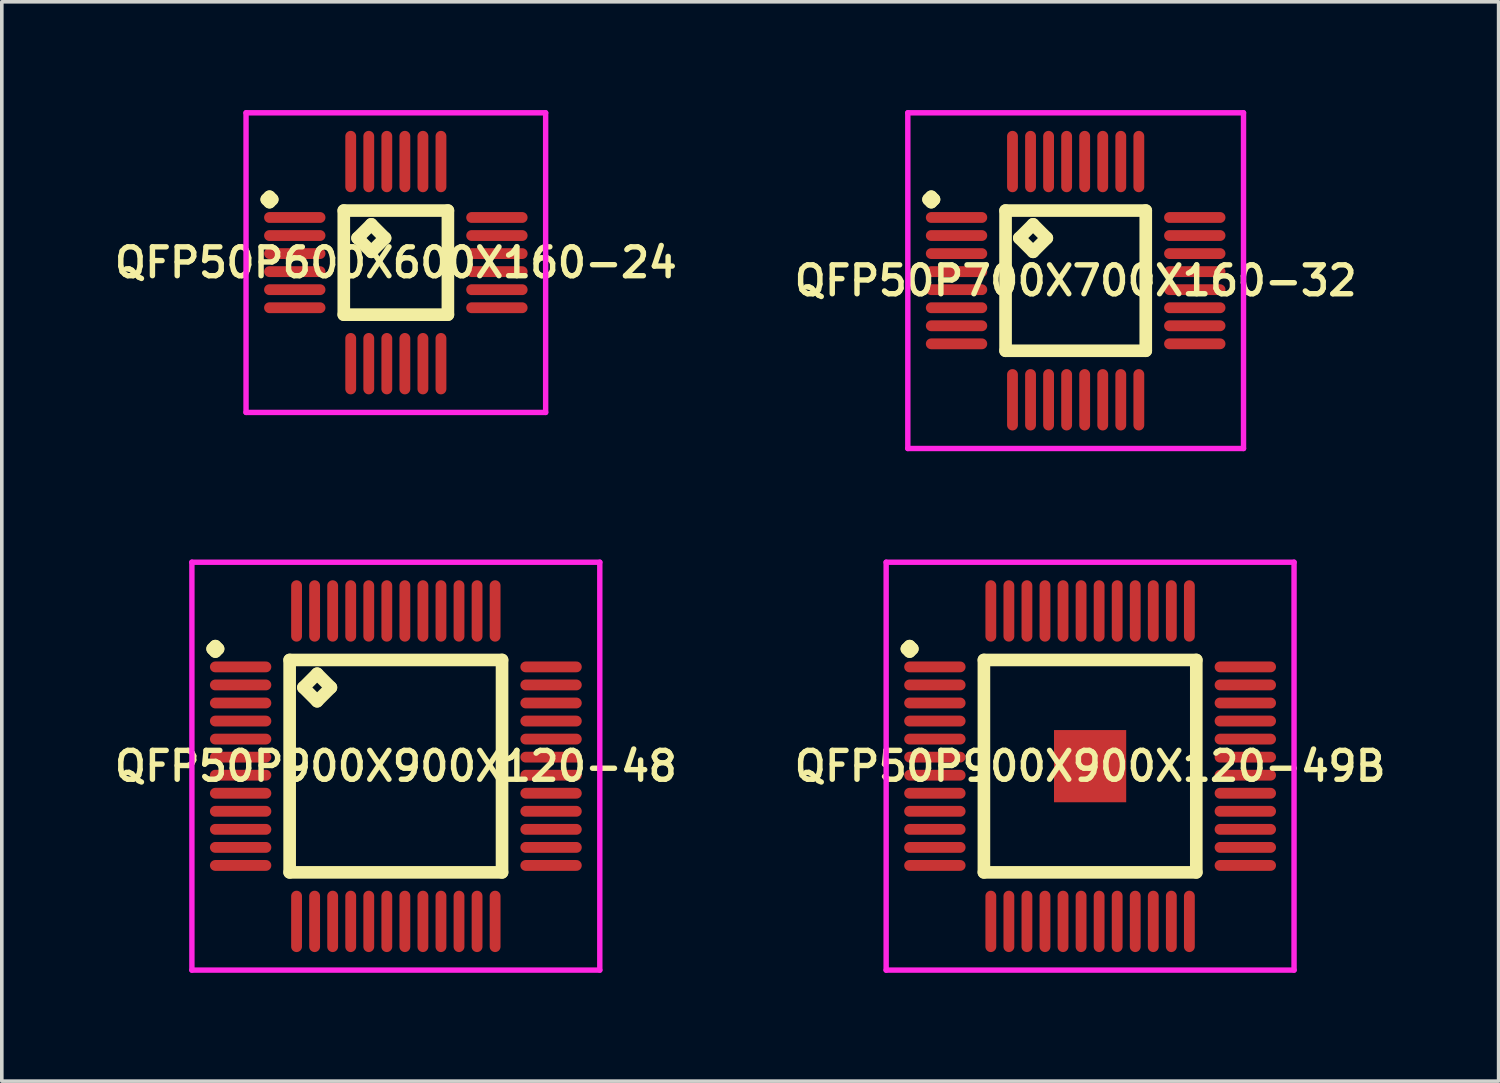
<source format=kicad_pcb>
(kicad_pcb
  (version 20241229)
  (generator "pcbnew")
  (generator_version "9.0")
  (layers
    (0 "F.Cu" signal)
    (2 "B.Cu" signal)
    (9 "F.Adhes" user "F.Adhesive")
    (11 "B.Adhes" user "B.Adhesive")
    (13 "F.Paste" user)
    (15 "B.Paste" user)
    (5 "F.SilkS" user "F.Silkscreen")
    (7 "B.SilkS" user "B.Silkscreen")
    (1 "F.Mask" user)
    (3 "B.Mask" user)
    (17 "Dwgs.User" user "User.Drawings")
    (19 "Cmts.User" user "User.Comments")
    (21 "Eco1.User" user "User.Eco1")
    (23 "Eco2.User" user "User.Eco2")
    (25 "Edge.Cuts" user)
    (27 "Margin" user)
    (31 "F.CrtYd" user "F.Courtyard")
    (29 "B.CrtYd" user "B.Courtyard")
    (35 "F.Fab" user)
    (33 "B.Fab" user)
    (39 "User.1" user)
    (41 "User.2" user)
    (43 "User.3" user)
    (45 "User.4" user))
  (footprint "QFP50P600X600X160-24"
    (layer "F.Cu")
    (at 7.916 4.225)
    (property "Reference" "QFP50P600X600X160-24" (at 0 0 0) (layer "F.SilkS") (effects (font (size 0.8 0.8) (thickness 0.15))))
    (attr smd)
    (fp_line (start -3.575 -1.75) (end -3.5 -1.825) (stroke (width 0.35) (type solid)) (layer "F.SilkS"))
    (fp_line (start -3.5 -1.825) (end -3.425 -1.75) (stroke (width 0.35) (type solid)) (layer "F.SilkS"))
    (fp_line (start -3.5 -1.675) (end -3.575 -1.75) (stroke (width 0.35) (type solid)) (layer "F.SilkS"))
    (fp_line (start -3.425 -1.75) (end -3.5 -1.675) (stroke (width 0.35) (type solid)) (layer "F.SilkS"))
    (fp_line (start -1.442 -1.442) (end -1.442 1.442) (stroke (width 0.35) (type solid)) (layer "F.SilkS"))
    (fp_line (start -1.442 1.442) (end 1.442 1.442) (stroke (width 0.35) (type solid)) (layer "F.SilkS"))
    (fp_line (start -1.061 -0.68) (end -0.68 -1.061) (stroke (width 0.35) (type solid)) (layer "F.SilkS"))
    (fp_line (start -0.68 -1.061) (end -0.299 -0.68) (stroke (width 0.35) (type solid)) (layer "F.SilkS"))
    (fp_line (start -0.68 -0.299) (end -1.061 -0.68) (stroke (width 0.35) (type solid)) (layer "F.SilkS"))
    (fp_line (start -0.299 -0.68) (end -0.68 -0.299) (stroke (width 0.35) (type solid)) (layer "F.SilkS"))
    (fp_line (start 1.442 -1.442) (end -1.442 -1.442) (stroke (width 0.35) (type solid)) (layer "F.SilkS"))
    (fp_line (start 1.442 1.442) (end 1.442 -1.442) (stroke (width 0.35) (type solid)) (layer "F.SilkS"))
    (fp_line (start -4.15 -4.15) (end 4.15 -4.15) (stroke (width 0.15) (type solid)) (layer "F.CrtYd"))
    (fp_line (start -4.15 4.15) (end -4.15 -4.15) (stroke (width 0.15) (type solid)) (layer "F.CrtYd"))
    (fp_line (start 4.15 -4.15) (end 4.15 4.15) (stroke (width 0.15) (type solid)) (layer "F.CrtYd"))
    (fp_line (start 4.15 4.15) (end -4.15 4.15) (stroke (width 0.15) (type solid)) (layer "F.CrtYd"))
    (pad "1" smd oval (at -2.8 -1.25) (size 1.7 0.3) (layers "F.Cu" "F.Mask" "F.Paste"))
    (pad "2" smd oval (at -2.8 -0.75) (size 1.7 0.3) (layers "F.Cu" "F.Mask" "F.Paste"))
    (pad "3" smd oval (at -2.8 -0.25) (size 1.7 0.3) (layers "F.Cu" "F.Mask" "F.Paste"))
    (pad "4" smd oval (at -2.8 0.25) (size 1.7 0.3) (layers "F.Cu" "F.Mask" "F.Paste"))
    (pad "5" smd oval (at -2.8 0.75) (size 1.7 0.3) (layers "F.Cu" "F.Mask" "F.Paste"))
    (pad "6" smd oval (at -2.8 1.25) (size 1.7 0.3) (layers "F.Cu" "F.Mask" "F.Paste"))
    (pad "7" smd oval (at -1.25 2.8) (size 0.3 1.7) (layers "F.Cu" "F.Mask" "F.Paste"))
    (pad "8" smd oval (at -0.75 2.8) (size 0.3 1.7) (layers "F.Cu" "F.Mask" "F.Paste"))
    (pad "9" smd oval (at -0.25 2.8) (size 0.3 1.7) (layers "F.Cu" "F.Mask" "F.Paste"))
    (pad "10" smd oval (at 0.25 2.8) (size 0.3 1.7) (layers "F.Cu" "F.Mask" "F.Paste"))
    (pad "11" smd oval (at 0.75 2.8) (size 0.3 1.7) (layers "F.Cu" "F.Mask" "F.Paste"))
    (pad "12" smd oval (at 1.25 2.8) (size 0.3 1.7) (layers "F.Cu" "F.Mask" "F.Paste"))
    (pad "13" smd oval (at 2.8 1.25) (size 1.7 0.3) (layers "F.Cu" "F.Mask" "F.Paste"))
    (pad "14" smd oval (at 2.8 0.75) (size 1.7 0.3) (layers "F.Cu" "F.Mask" "F.Paste"))
    (pad "15" smd oval (at 2.8 0.25) (size 1.7 0.3) (layers "F.Cu" "F.Mask" "F.Paste"))
    (pad "16" smd oval (at 2.8 -0.25) (size 1.7 0.3) (layers "F.Cu" "F.Mask" "F.Paste"))
    (pad "17" smd oval (at 2.8 -0.75) (size 1.7 0.3) (layers "F.Cu" "F.Mask" "F.Paste"))
    (pad "18" smd oval (at 2.8 -1.25) (size 1.7 0.3) (layers "F.Cu" "F.Mask" "F.Paste"))
    (pad "19" smd oval (at 1.25 -2.8) (size 0.3 1.7) (layers "F.Cu" "F.Mask" "F.Paste"))
    (pad "20" smd oval (at 0.75 -2.8) (size 0.3 1.7) (layers "F.Cu" "F.Mask" "F.Paste"))
    (pad "21" smd oval (at 0.25 -2.8) (size 0.3 1.7) (layers "F.Cu" "F.Mask" "F.Paste"))
    (pad "22" smd oval (at -0.25 -2.8) (size 0.3 1.7) (layers "F.Cu" "F.Mask" "F.Paste"))
    (pad "23" smd oval (at -0.75 -2.8) (size 0.3 1.7) (layers "F.Cu" "F.Mask" "F.Paste"))
    (pad "24" smd oval (at -1.25 -2.8) (size 0.3 1.7) (layers "F.Cu" "F.Mask" "F.Paste")))
  (footprint "QFP50P900X900X120-49B"
    (layer "F.Cu")
    (at 27.149 18.175)
    (property "Reference" "QFP50P900X900X120-49B" (at 0 0 0) (layer "F.SilkS") (effects (font (size 0.8 0.8) (thickness 0.15))))
    (attr smd)
    (fp_line (start -5.075 -3.25) (end -5 -3.325) (stroke (width 0.35) (type solid)) (layer "F.SilkS"))
    (fp_line (start -5 -3.325) (end -4.925 -3.25) (stroke (width 0.35) (type solid)) (layer "F.SilkS"))
    (fp_line (start -5 -3.175) (end -5.075 -3.25) (stroke (width 0.35) (type solid)) (layer "F.SilkS"))
    (fp_line (start -4.925 -3.25) (end -5 -3.175) (stroke (width 0.35) (type solid)) (layer "F.SilkS"))
    (fp_line (start -2.942 -2.942) (end -2.942 2.942) (stroke (width 0.35) (type solid)) (layer "F.SilkS"))
    (fp_line (start -2.942 2.942) (end 2.942 2.942) (stroke (width 0.35) (type solid)) (layer "F.SilkS"))
    (fp_line (start 2.942 -2.942) (end -2.942 -2.942) (stroke (width 0.35) (type solid)) (layer "F.SilkS"))
    (fp_line (start 2.942 2.942) (end 2.942 -2.942) (stroke (width 0.35) (type solid)) (layer "F.SilkS"))
    (fp_line (start -5.65 -5.65) (end 5.65 -5.65) (stroke (width 0.15) (type solid)) (layer "F.CrtYd"))
    (fp_line (start -5.65 5.65) (end -5.65 -5.65) (stroke (width 0.15) (type solid)) (layer "F.CrtYd"))
    (fp_line (start 5.65 -5.65) (end 5.65 5.65) (stroke (width 0.15) (type solid)) (layer "F.CrtYd"))
    (fp_line (start 5.65 5.65) (end -5.65 5.65) (stroke (width 0.15) (type solid)) (layer "F.CrtYd"))
    (pad "1" smd oval (at -4.3 -2.75) (size 1.7 0.3) (layers "F.Cu" "F.Mask" "F.Paste"))
    (pad "2" smd oval (at -4.3 -2.25) (size 1.7 0.3) (layers "F.Cu" "F.Mask" "F.Paste"))
    (pad "3" smd oval (at -4.3 -1.75) (size 1.7 0.3) (layers "F.Cu" "F.Mask" "F.Paste"))
    (pad "4" smd oval (at -4.3 -1.25) (size 1.7 0.3) (layers "F.Cu" "F.Mask" "F.Paste"))
    (pad "5" smd oval (at -4.3 -0.75) (size 1.7 0.3) (layers "F.Cu" "F.Mask" "F.Paste"))
    (pad "6" smd oval (at -4.3 -0.25) (size 1.7 0.3) (layers "F.Cu" "F.Mask" "F.Paste"))
    (pad "7" smd oval (at -4.3 0.25) (size 1.7 0.3) (layers "F.Cu" "F.Mask" "F.Paste"))
    (pad "8" smd oval (at -4.3 0.75) (size 1.7 0.3) (layers "F.Cu" "F.Mask" "F.Paste"))
    (pad "9" smd oval (at -4.3 1.25) (size 1.7 0.3) (layers "F.Cu" "F.Mask" "F.Paste"))
    (pad "10" smd oval (at -4.3 1.75) (size 1.7 0.3) (layers "F.Cu" "F.Mask" "F.Paste"))
    (pad "11" smd oval (at -4.3 2.25) (size 1.7 0.3) (layers "F.Cu" "F.Mask" "F.Paste"))
    (pad "12" smd oval (at -4.3 2.75) (size 1.7 0.3) (layers "F.Cu" "F.Mask" "F.Paste"))
    (pad "13" smd oval (at -2.75 4.3) (size 0.3 1.7) (layers "F.Cu" "F.Mask" "F.Paste"))
    (pad "14" smd oval (at -2.25 4.3) (size 0.3 1.7) (layers "F.Cu" "F.Mask" "F.Paste"))
    (pad "15" smd oval (at -1.75 4.3) (size 0.3 1.7) (layers "F.Cu" "F.Mask" "F.Paste"))
    (pad "16" smd oval (at -1.25 4.3) (size 0.3 1.7) (layers "F.Cu" "F.Mask" "F.Paste"))
    (pad "17" smd oval (at -0.75 4.3) (size 0.3 1.7) (layers "F.Cu" "F.Mask" "F.Paste"))
    (pad "18" smd oval (at -0.25 4.3) (size 0.3 1.7) (layers "F.Cu" "F.Mask" "F.Paste"))
    (pad "19" smd oval (at 0.25 4.3) (size 0.3 1.7) (layers "F.Cu" "F.Mask" "F.Paste"))
    (pad "20" smd oval (at 0.75 4.3) (size 0.3 1.7) (layers "F.Cu" "F.Mask" "F.Paste"))
    (pad "21" smd oval (at 1.25 4.3) (size 0.3 1.7) (layers "F.Cu" "F.Mask" "F.Paste"))
    (pad "22" smd oval (at 1.75 4.3) (size 0.3 1.7) (layers "F.Cu" "F.Mask" "F.Paste"))
    (pad "23" smd oval (at 2.25 4.3) (size 0.3 1.7) (layers "F.Cu" "F.Mask" "F.Paste"))
    (pad "24" smd oval (at 2.75 4.3) (size 0.3 1.7) (layers "F.Cu" "F.Mask" "F.Paste"))
    (pad "25" smd oval (at 4.3 2.75) (size 1.7 0.3) (layers "F.Cu" "F.Mask" "F.Paste"))
    (pad "26" smd oval (at 4.3 2.25) (size 1.7 0.3) (layers "F.Cu" "F.Mask" "F.Paste"))
    (pad "27" smd oval (at 4.3 1.75) (size 1.7 0.3) (layers "F.Cu" "F.Mask" "F.Paste"))
    (pad "28" smd oval (at 4.3 1.25) (size 1.7 0.3) (layers "F.Cu" "F.Mask" "F.Paste"))
    (pad "29" smd oval (at 4.3 0.75) (size 1.7 0.3) (layers "F.Cu" "F.Mask" "F.Paste"))
    (pad "30" smd oval (at 4.3 0.25) (size 1.7 0.3) (layers "F.Cu" "F.Mask" "F.Paste"))
    (pad "31" smd oval (at 4.3 -0.25) (size 1.7 0.3) (layers "F.Cu" "F.Mask" "F.Paste"))
    (pad "32" smd oval (at 4.3 -0.75) (size 1.7 0.3) (layers "F.Cu" "F.Mask" "F.Paste"))
    (pad "33" smd oval (at 4.3 -1.25) (size 1.7 0.3) (layers "F.Cu" "F.Mask" "F.Paste"))
    (pad "34" smd oval (at 4.3 -1.75) (size 1.7 0.3) (layers "F.Cu" "F.Mask" "F.Paste"))
    (pad "35" smd oval (at 4.3 -2.25) (size 1.7 0.3) (layers "F.Cu" "F.Mask" "F.Paste"))
    (pad "36" smd oval (at 4.3 -2.75) (size 1.7 0.3) (layers "F.Cu" "F.Mask" "F.Paste"))
    (pad "37" smd oval (at 2.75 -4.3) (size 0.3 1.7) (layers "F.Cu" "F.Mask" "F.Paste"))
    (pad "38" smd oval (at 2.25 -4.3) (size 0.3 1.7) (layers "F.Cu" "F.Mask" "F.Paste"))
    (pad "39" smd oval (at 1.75 -4.3) (size 0.3 1.7) (layers "F.Cu" "F.Mask" "F.Paste"))
    (pad "40" smd oval (at 1.25 -4.3) (size 0.3 1.7) (layers "F.Cu" "F.Mask" "F.Paste"))
    (pad "41" smd oval (at 0.75 -4.3) (size 0.3 1.7) (layers "F.Cu" "F.Mask" "F.Paste"))
    (pad "42" smd oval (at 0.25 -4.3) (size 0.3 1.7) (layers "F.Cu" "F.Mask" "F.Paste"))
    (pad "43" smd oval (at -0.25 -4.3) (size 0.3 1.7) (layers "F.Cu" "F.Mask" "F.Paste"))
    (pad "44" smd oval (at -0.75 -4.3) (size 0.3 1.7) (layers "F.Cu" "F.Mask" "F.Paste"))
    (pad "45" smd oval (at -1.25 -4.3) (size 0.3 1.7) (layers "F.Cu" "F.Mask" "F.Paste"))
    (pad "46" smd oval (at -1.75 -4.3) (size 0.3 1.7) (layers "F.Cu" "F.Mask" "F.Paste"))
    (pad "47" smd oval (at -2.25 -4.3) (size 0.3 1.7) (layers "F.Cu" "F.Mask" "F.Paste"))
    (pad "48" smd oval (at -2.75 -4.3) (size 0.3 1.7) (layers "F.Cu" "F.Mask" "F.Paste"))
    (pad "49" smd rect (at 0 0) (size 2 2) (layers "F.Cu" "F.Mask" "F.Paste")))
  (footprint "QFP50P900X900X120-48"
    (layer "F.Cu")
    (at 7.916 18.175)
    (property "Reference" "QFP50P900X900X120-48" (at 0 0 0) (layer "F.SilkS") (effects (font (size 0.8 0.8) (thickness 0.15))))
    (attr through_hole)
    (fp_line (start -5.075 -3.25) (end -5 -3.325) (stroke (width 0.35) (type solid)) (layer "F.SilkS"))
    (fp_line (start -5 -3.325) (end -4.925 -3.25) (stroke (width 0.35) (type solid)) (layer "F.SilkS"))
    (fp_line (start -5 -3.175) (end -5.075 -3.25) (stroke (width 0.35) (type solid)) (layer "F.SilkS"))
    (fp_line (start -4.925 -3.25) (end -5 -3.175) (stroke (width 0.35) (type solid)) (layer "F.SilkS"))
    (fp_line (start -2.942 -2.942) (end -2.942 2.942) (stroke (width 0.35) (type solid)) (layer "F.SilkS"))
    (fp_line (start -2.942 2.942) (end 2.942 2.942) (stroke (width 0.35) (type solid)) (layer "F.SilkS"))
    (fp_line (start -2.561 -2.18) (end -2.18 -2.561) (stroke (width 0.35) (type solid)) (layer "F.SilkS"))
    (fp_line (start -2.18 -2.561) (end -1.799 -2.18) (stroke (width 0.35) (type solid)) (layer "F.SilkS"))
    (fp_line (start -2.18 -1.799) (end -2.561 -2.18) (stroke (width 0.35) (type solid)) (layer "F.SilkS"))
    (fp_line (start -1.799 -2.18) (end -2.18 -1.799) (stroke (width 0.35) (type solid)) (layer "F.SilkS"))
    (fp_line (start 2.942 -2.942) (end -2.942 -2.942) (stroke (width 0.35) (type solid)) (layer "F.SilkS"))
    (fp_line (start 2.942 2.942) (end 2.942 -2.942) (stroke (width 0.35) (type solid)) (layer "F.SilkS"))
    (fp_line (start -5.65 -5.65) (end 5.65 -5.65) (stroke (width 0.15) (type solid)) (layer "F.CrtYd"))
    (fp_line (start -5.65 5.65) (end -5.65 -5.65) (stroke (width 0.15) (type solid)) (layer "F.CrtYd"))
    (fp_line (start 5.65 -5.65) (end 5.65 5.65) (stroke (width 0.15) (type solid)) (layer "F.CrtYd"))
    (fp_line (start 5.65 5.65) (end -5.65 5.65) (stroke (width 0.15) (type solid)) (layer "F.CrtYd"))
    (pad "1" smd oval (at -4.3 -2.75) (size 1.7 0.3) (layers "F.Cu" "F.Mask" "F.Paste"))
    (pad "2" smd oval (at -4.3 -2.25) (size 1.7 0.3) (layers "F.Cu" "F.Mask" "F.Paste"))
    (pad "3" smd oval (at -4.3 -1.75) (size 1.7 0.3) (layers "F.Cu" "F.Mask" "F.Paste"))
    (pad "4" smd oval (at -4.3 -1.25) (size 1.7 0.3) (layers "F.Cu" "F.Mask" "F.Paste"))
    (pad "5" smd oval (at -4.3 -0.75) (size 1.7 0.3) (layers "F.Cu" "F.Mask" "F.Paste"))
    (pad "6" smd oval (at -4.3 -0.25) (size 1.7 0.3) (layers "F.Cu" "F.Mask" "F.Paste"))
    (pad "7" smd oval (at -4.3 0.25) (size 1.7 0.3) (layers "F.Cu" "F.Mask" "F.Paste"))
    (pad "8" smd oval (at -4.3 0.75) (size 1.7 0.3) (layers "F.Cu" "F.Mask" "F.Paste"))
    (pad "9" smd oval (at -4.3 1.25) (size 1.7 0.3) (layers "F.Cu" "F.Mask" "F.Paste"))
    (pad "10" smd oval (at -4.3 1.75) (size 1.7 0.3) (layers "F.Cu" "F.Mask" "F.Paste"))
    (pad "11" smd oval (at -4.3 2.25) (size 1.7 0.3) (layers "F.Cu" "F.Mask" "F.Paste"))
    (pad "12" smd oval (at -4.3 2.75) (size 1.7 0.3) (layers "F.Cu" "F.Mask" "F.Paste"))
    (pad "13" smd oval (at -2.75 4.3) (size 0.3 1.7) (layers "F.Cu" "F.Mask" "F.Paste"))
    (pad "14" smd oval (at -2.25 4.3) (size 0.3 1.7) (layers "F.Cu" "F.Mask" "F.Paste"))
    (pad "15" smd oval (at -1.75 4.3) (size 0.3 1.7) (layers "F.Cu" "F.Mask" "F.Paste"))
    (pad "16" smd oval (at -1.25 4.3) (size 0.3 1.7) (layers "F.Cu" "F.Mask" "F.Paste"))
    (pad "17" smd oval (at -0.75 4.3) (size 0.3 1.7) (layers "F.Cu" "F.Mask" "F.Paste"))
    (pad "18" smd oval (at -0.25 4.3) (size 0.3 1.7) (layers "F.Cu" "F.Mask" "F.Paste"))
    (pad "19" smd oval (at 0.25 4.3) (size 0.3 1.7) (layers "F.Cu" "F.Mask" "F.Paste"))
    (pad "20" smd oval (at 0.75 4.3) (size 0.3 1.7) (layers "F.Cu" "F.Mask" "F.Paste"))
    (pad "21" smd oval (at 1.25 4.3) (size 0.3 1.7) (layers "F.Cu" "F.Mask" "F.Paste"))
    (pad "22" smd oval (at 1.75 4.3) (size 0.3 1.7) (layers "F.Cu" "F.Mask" "F.Paste"))
    (pad "23" smd oval (at 2.25 4.3) (size 0.3 1.7) (layers "F.Cu" "F.Mask" "F.Paste"))
    (pad "24" smd oval (at 2.75 4.3) (size 0.3 1.7) (layers "F.Cu" "F.Mask" "F.Paste"))
    (pad "25" smd oval (at 4.3 2.75) (size 1.7 0.3) (layers "F.Cu" "F.Mask" "F.Paste"))
    (pad "26" smd oval (at 4.3 2.25) (size 1.7 0.3) (layers "F.Cu" "F.Mask" "F.Paste"))
    (pad "27" smd oval (at 4.3 1.75) (size 1.7 0.3) (layers "F.Cu" "F.Mask" "F.Paste"))
    (pad "28" smd oval (at 4.3 1.25) (size 1.7 0.3) (layers "F.Cu" "F.Mask" "F.Paste"))
    (pad "29" smd oval (at 4.3 0.75) (size 1.7 0.3) (layers "F.Cu" "F.Mask" "F.Paste"))
    (pad "30" smd oval (at 4.3 0.25) (size 1.7 0.3) (layers "F.Cu" "F.Mask" "F.Paste"))
    (pad "31" smd oval (at 4.3 -0.25) (size 1.7 0.3) (layers "F.Cu" "F.Mask" "F.Paste"))
    (pad "32" smd oval (at 4.3 -0.75) (size 1.7 0.3) (layers "F.Cu" "F.Mask" "F.Paste"))
    (pad "33" smd oval (at 4.3 -1.25) (size 1.7 0.3) (layers "F.Cu" "F.Mask" "F.Paste"))
    (pad "34" smd oval (at 4.3 -1.75) (size 1.7 0.3) (layers "F.Cu" "F.Mask" "F.Paste"))
    (pad "35" smd oval (at 4.3 -2.25) (size 1.7 0.3) (layers "F.Cu" "F.Mask" "F.Paste"))
    (pad "36" smd oval (at 4.3 -2.75) (size 1.7 0.3) (layers "F.Cu" "F.Mask" "F.Paste"))
    (pad "37" smd oval (at 2.75 -4.3) (size 0.3 1.7) (layers "F.Cu" "F.Mask" "F.Paste"))
    (pad "38" smd oval (at 2.25 -4.3) (size 0.3 1.7) (layers "F.Cu" "F.Mask" "F.Paste"))
    (pad "39" smd oval (at 1.75 -4.3) (size 0.3 1.7) (layers "F.Cu" "F.Mask" "F.Paste"))
    (pad "40" smd oval (at 1.25 -4.3) (size 0.3 1.7) (layers "F.Cu" "F.Mask" "F.Paste"))
    (pad "41" smd oval (at 0.75 -4.3) (size 0.3 1.7) (layers "F.Cu" "F.Mask" "F.Paste"))
    (pad "42" smd oval (at 0.25 -4.3) (size 0.3 1.7) (layers "F.Cu" "F.Mask" "F.Paste"))
    (pad "43" smd oval (at -0.25 -4.3) (size 0.3 1.7) (layers "F.Cu" "F.Mask" "F.Paste"))
    (pad "44" smd oval (at -0.75 -4.3) (size 0.3 1.7) (layers "F.Cu" "F.Mask" "F.Paste"))
    (pad "45" smd oval (at -1.25 -4.3) (size 0.3 1.7) (layers "F.Cu" "F.Mask" "F.Paste"))
    (pad "46" smd oval (at -1.75 -4.3) (size 0.3 1.7) (layers "F.Cu" "F.Mask" "F.Paste"))
    (pad "47" smd oval (at -2.25 -4.3) (size 0.3 1.7) (layers "F.Cu" "F.Mask" "F.Paste"))
    (pad "48" smd oval (at -2.75 -4.3) (size 0.3 1.7) (layers "F.Cu" "F.Mask" "F.Paste")))
  (footprint "QFP50P700X700X160-32"
    (layer "F.Cu")
    (at 26.749 4.725)
    (property "Reference" "QFP50P700X700X160-32" (at 0 0 0) (layer "F.SilkS") (effects (font (size 0.8 0.8) (thickness 0.15))))
    (attr through_hole)
    (fp_line (start -4.075 -2.25) (end -4 -2.325) (stroke (width 0.35) (type solid)) (layer "F.SilkS"))
    (fp_line (start -4 -2.325) (end -3.925 -2.25) (stroke (width 0.35) (type solid)) (layer "F.SilkS"))
    (fp_line (start -4 -2.175) (end -4.075 -2.25) (stroke (width 0.35) (type solid)) (layer "F.SilkS"))
    (fp_line (start -3.925 -2.25) (end -4 -2.175) (stroke (width 0.35) (type solid)) (layer "F.SilkS"))
    (fp_line (start -1.942 -1.942) (end -1.942 1.942) (stroke (width 0.35) (type solid)) (layer "F.SilkS"))
    (fp_line (start -1.942 1.942) (end 1.942 1.942) (stroke (width 0.35) (type solid)) (layer "F.SilkS"))
    (fp_line (start -1.561 -1.18) (end -1.18 -1.561) (stroke (width 0.35) (type solid)) (layer "F.SilkS"))
    (fp_line (start -1.18 -1.561) (end -0.799 -1.18) (stroke (width 0.35) (type solid)) (layer "F.SilkS"))
    (fp_line (start -1.18 -0.799) (end -1.561 -1.18) (stroke (width 0.35) (type solid)) (layer "F.SilkS"))
    (fp_line (start -0.799 -1.18) (end -1.18 -0.799) (stroke (width 0.35) (type solid)) (layer "F.SilkS"))
    (fp_line (start 1.942 -1.942) (end -1.942 -1.942) (stroke (width 0.35) (type solid)) (layer "F.SilkS"))
    (fp_line (start 1.942 1.942) (end 1.942 -1.942) (stroke (width 0.35) (type solid)) (layer "F.SilkS"))
    (fp_line (start -4.65 -4.65) (end 4.65 -4.65) (stroke (width 0.15) (type solid)) (layer "F.CrtYd"))
    (fp_line (start -4.65 4.65) (end -4.65 -4.65) (stroke (width 0.15) (type solid)) (layer "F.CrtYd"))
    (fp_line (start 4.65 -4.65) (end 4.65 4.65) (stroke (width 0.15) (type solid)) (layer "F.CrtYd"))
    (fp_line (start 4.65 4.65) (end -4.65 4.65) (stroke (width 0.15) (type solid)) (layer "F.CrtYd"))
    (pad "1" smd oval (at -3.3 -1.75) (size 1.7 0.3) (layers "F.Cu" "F.Mask" "F.Paste"))
    (pad "2" smd oval (at -3.3 -1.25) (size 1.7 0.3) (layers "F.Cu" "F.Mask" "F.Paste"))
    (pad "3" smd oval (at -3.3 -0.75) (size 1.7 0.3) (layers "F.Cu" "F.Mask" "F.Paste"))
    (pad "4" smd oval (at -3.3 -0.25) (size 1.7 0.3) (layers "F.Cu" "F.Mask" "F.Paste"))
    (pad "5" smd oval (at -3.3 0.25) (size 1.7 0.3) (layers "F.Cu" "F.Mask" "F.Paste"))
    (pad "6" smd oval (at -3.3 0.75) (size 1.7 0.3) (layers "F.Cu" "F.Mask" "F.Paste"))
    (pad "7" smd oval (at -3.3 1.25) (size 1.7 0.3) (layers "F.Cu" "F.Mask" "F.Paste"))
    (pad "8" smd oval (at -3.3 1.75) (size 1.7 0.3) (layers "F.Cu" "F.Mask" "F.Paste"))
    (pad "9" smd oval (at -1.75 3.3) (size 0.3 1.7) (layers "F.Cu" "F.Mask" "F.Paste"))
    (pad "10" smd oval (at -1.25 3.3) (size 0.3 1.7) (layers "F.Cu" "F.Mask" "F.Paste"))
    (pad "11" smd oval (at -0.75 3.3) (size 0.3 1.7) (layers "F.Cu" "F.Mask" "F.Paste"))
    (pad "12" smd oval (at -0.25 3.3) (size 0.3 1.7) (layers "F.Cu" "F.Mask" "F.Paste"))
    (pad "13" smd oval (at 0.25 3.3) (size 0.3 1.7) (layers "F.Cu" "F.Mask" "F.Paste"))
    (pad "14" smd oval (at 0.75 3.3) (size 0.3 1.7) (layers "F.Cu" "F.Mask" "F.Paste"))
    (pad "15" smd oval (at 1.25 3.3) (size 0.3 1.7) (layers "F.Cu" "F.Mask" "F.Paste"))
    (pad "16" smd oval (at 1.75 3.3) (size 0.3 1.7) (layers "F.Cu" "F.Mask" "F.Paste"))
    (pad "17" smd oval (at 3.3 1.75) (size 1.7 0.3) (layers "F.Cu" "F.Mask" "F.Paste"))
    (pad "18" smd oval (at 3.3 1.25) (size 1.7 0.3) (layers "F.Cu" "F.Mask" "F.Paste"))
    (pad "19" smd oval (at 3.3 0.75) (size 1.7 0.3) (layers "F.Cu" "F.Mask" "F.Paste"))
    (pad "20" smd oval (at 3.3 0.25) (size 1.7 0.3) (layers "F.Cu" "F.Mask" "F.Paste"))
    (pad "21" smd oval (at 3.3 -0.25) (size 1.7 0.3) (layers "F.Cu" "F.Mask" "F.Paste"))
    (pad "22" smd oval (at 3.3 -0.75) (size 1.7 0.3) (layers "F.Cu" "F.Mask" "F.Paste"))
    (pad "23" smd oval (at 3.3 -1.25) (size 1.7 0.3) (layers "F.Cu" "F.Mask" "F.Paste"))
    (pad "24" smd oval (at 3.3 -1.75) (size 1.7 0.3) (layers "F.Cu" "F.Mask" "F.Paste"))
    (pad "25" smd oval (at 1.75 -3.3) (size 0.3 1.7) (layers "F.Cu" "F.Mask" "F.Paste"))
    (pad "26" smd oval (at 1.25 -3.3) (size 0.3 1.7) (layers "F.Cu" "F.Mask" "F.Paste"))
    (pad "27" smd oval (at 0.75 -3.3) (size 0.3 1.7) (layers "F.Cu" "F.Mask" "F.Paste"))
    (pad "28" smd oval (at 0.25 -3.3) (size 0.3 1.7) (layers "F.Cu" "F.Mask" "F.Paste"))
    (pad "29" smd oval (at -0.25 -3.3) (size 0.3 1.7) (layers "F.Cu" "F.Mask" "F.Paste"))
    (pad "30" smd oval (at -0.75 -3.3) (size 0.3 1.7) (layers "F.Cu" "F.Mask" "F.Paste"))
    (pad "31" smd oval (at -1.25 -3.3) (size 0.3 1.7) (layers "F.Cu" "F.Mask" "F.Paste"))
    (pad "32" smd oval (at -1.75 -3.3) (size 0.3 1.7) (layers "F.Cu" "F.Mask" "F.Paste")))
  (gr_rect
    (start -3 -3)
    (end 38.466 26.9)
    (stroke (width 0.1) (type default))
    (fill no)
    (layer "Edge.Cuts")))
</source>
